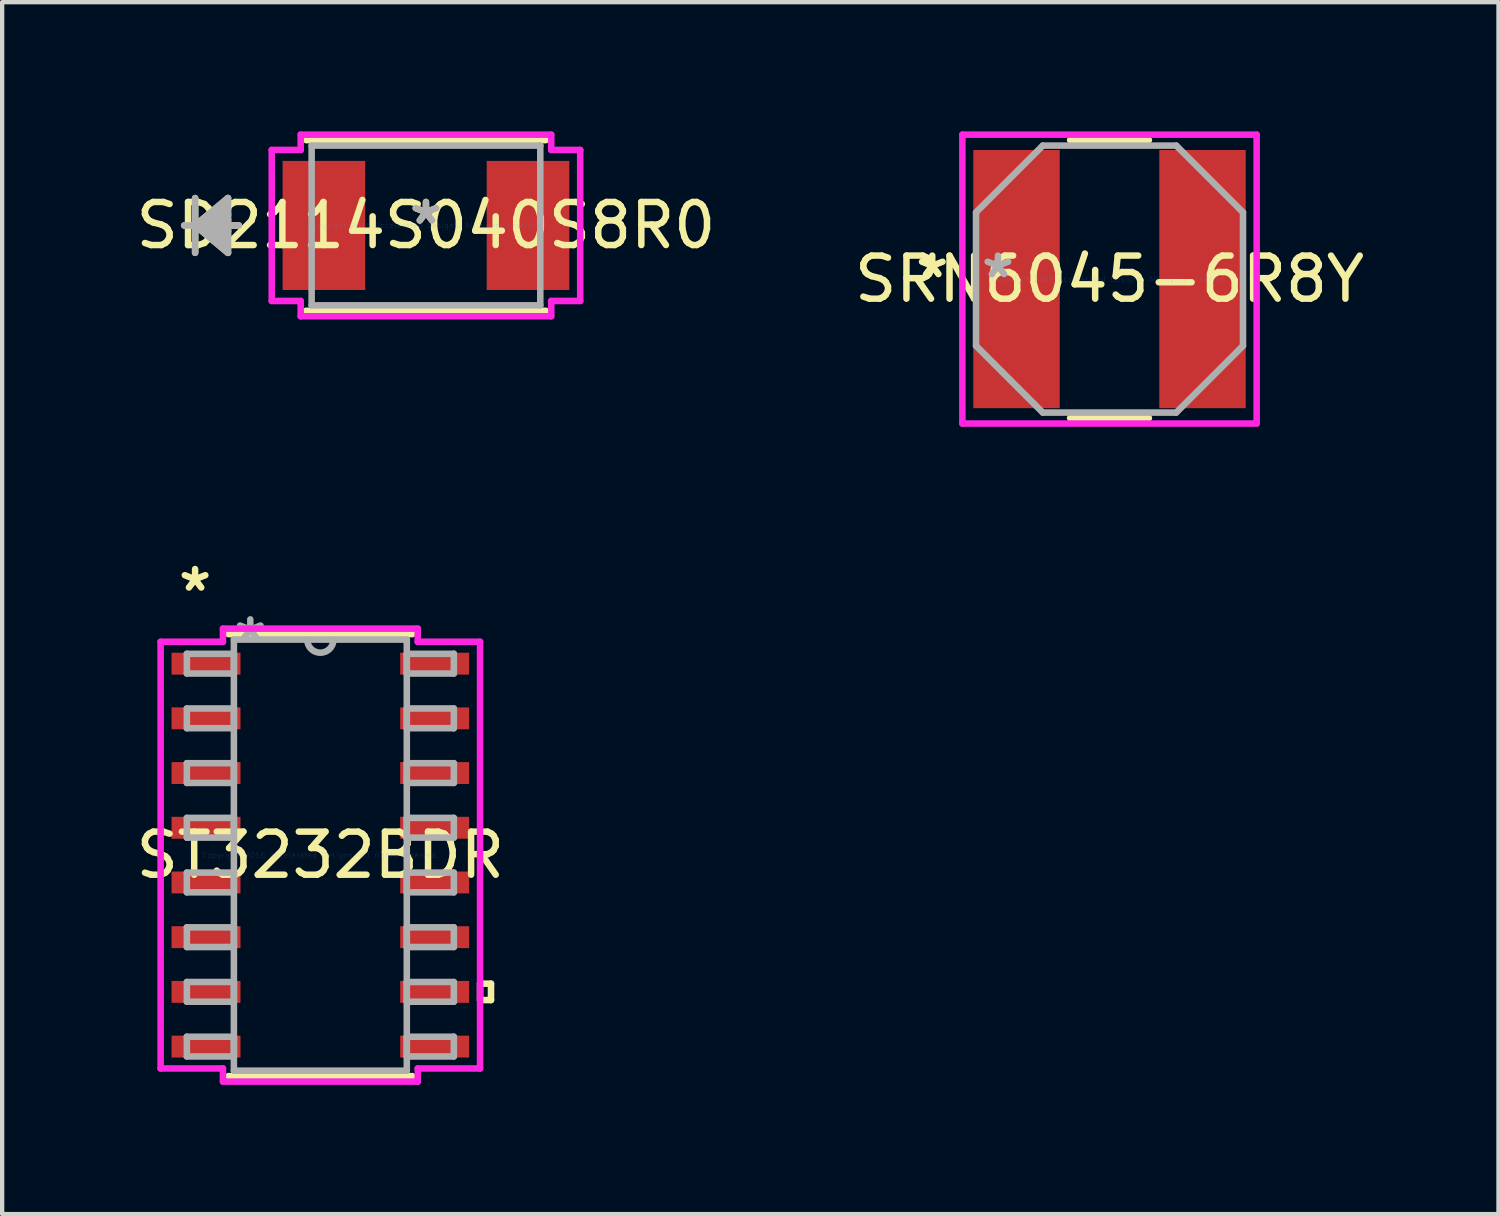
<source format=kicad_pcb>
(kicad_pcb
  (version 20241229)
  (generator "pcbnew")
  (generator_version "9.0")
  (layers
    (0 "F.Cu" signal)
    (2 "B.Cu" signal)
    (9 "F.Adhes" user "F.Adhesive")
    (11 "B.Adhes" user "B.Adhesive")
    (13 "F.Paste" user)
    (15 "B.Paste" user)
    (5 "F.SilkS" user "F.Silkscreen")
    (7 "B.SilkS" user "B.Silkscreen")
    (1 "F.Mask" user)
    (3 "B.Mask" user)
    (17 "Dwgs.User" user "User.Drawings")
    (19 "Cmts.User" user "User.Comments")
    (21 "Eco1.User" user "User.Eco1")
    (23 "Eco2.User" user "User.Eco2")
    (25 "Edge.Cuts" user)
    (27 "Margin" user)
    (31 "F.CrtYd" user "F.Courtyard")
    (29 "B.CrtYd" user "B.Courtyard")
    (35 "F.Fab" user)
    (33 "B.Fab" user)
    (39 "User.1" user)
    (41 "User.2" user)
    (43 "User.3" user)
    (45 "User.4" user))
  (footprint "SRN6045-6R8Y"
    (layer "F.Cu")
    (at 22.708 3.429)
    (property "Reference" "SRN6045-6R8Y" (at 0 0 0) (layer "F.SilkS") (effects (font (size 1 1) (thickness 0.15))))
    (attr through_hole)
    (fp_line (start -0.914 3.226) (end 0.914 3.226) (stroke (width 0.152) (type solid)) (layer "F.SilkS"))
    (fp_line (start 0.914 -3.226) (end -0.914 -3.226) (stroke (width 0.152) (type solid)) (layer "F.SilkS"))
    (fp_line (start -3.416 -3.353) (end 3.416 -3.353) (stroke (width 0.152) (type solid)) (layer "F.CrtYd"))
    (fp_line (start -3.416 3.353) (end -3.416 -3.353) (stroke (width 0.152) (type solid)) (layer "F.CrtYd"))
    (fp_line (start 3.416 -3.353) (end 3.416 3.353) (stroke (width 0.152) (type solid)) (layer "F.CrtYd"))
    (fp_line (start 3.416 3.353) (end -3.416 3.353) (stroke (width 0.152) (type solid)) (layer "F.CrtYd"))
    (fp_line (start -3.099 -1.549) (end -3.099 1.549) (stroke (width 0.152) (type solid)) (layer "F.Fab"))
    (fp_line (start -3.099 1.549) (end -1.549 3.099) (stroke (width 0.152) (type solid)) (layer "F.Fab"))
    (fp_line (start -1.549 -3.099) (end -3.099 -1.549) (stroke (width 0.152) (type solid)) (layer "F.Fab"))
    (fp_line (start -1.549 3.099) (end 1.549 3.099) (stroke (width 0.152) (type solid)) (layer "F.Fab"))
    (fp_line (start 1.549 -3.099) (end -1.549 -3.099) (stroke (width 0.152) (type solid)) (layer "F.Fab"))
    (fp_line (start 1.549 3.099) (end 3.099 1.549) (stroke (width 0.152) (type solid)) (layer "F.Fab"))
    (fp_line (start 3.099 -1.549) (end 1.549 -3.099) (stroke (width 0.152) (type solid)) (layer "F.Fab"))
    (fp_line (start 3.099 1.549) (end 3.099 -1.549) (stroke (width 0.152) (type solid)) (layer "F.Fab"))
    (fp_text user "*" (at -4.115 0 0) (layer "F.SilkS") (effects (font (size 1 1) (thickness 0.15))))
    (fp_text user "Copyright 2016 Accelerated Designs. All rights reserved." (at 0 0 0) (layer "Cmts.User") (effects (font (size 0.127 0.127) (thickness 0.002))))
    (fp_text user "*" (at -2.591 0 0) (layer "F.Fab") (effects (font (size 1 1) (thickness 0.15))))
    (pad "1" smd rect (at -2.159 0) (size 2.007 5.994) (layers "F.Cu" "F.Mask" "F.Paste"))
    (pad "2" smd rect (at 2.159 0) (size 2.007 5.994) (layers "F.Cu" "F.Mask" "F.Paste")))
  (footprint "SD2114S040S8R0"
    (layer "F.Cu")
    (at 6.839 2.184)
    (property "Reference" "SD2114S040S8R0" (at 0 0 0) (layer "F.SilkS") (effects (font (size 1 1) (thickness 0.15))))
    (attr through_hole)
    (fp_line (start -5.359 -0.635) (end -5.359 0.635) (stroke (width 0.152) (type solid)) (layer "F.SilkS"))
    (fp_line (start -5.359 0) (end -4.597 -0.635) (stroke (width 0.152) (type solid)) (layer "F.SilkS"))
    (fp_line (start -5.359 0) (end -4.597 -0.508) (stroke (width 0.152) (type solid)) (layer "F.SilkS"))
    (fp_line (start -5.359 0) (end -4.597 -0.381) (stroke (width 0.152) (type solid)) (layer "F.SilkS"))
    (fp_line (start -5.359 0) (end -4.597 -0.254) (stroke (width 0.152) (type solid)) (layer "F.SilkS"))
    (fp_line (start -5.359 0) (end -4.597 -0.127) (stroke (width 0.152) (type solid)) (layer "F.SilkS"))
    (fp_line (start -5.359 0) (end -4.597 0.127) (stroke (width 0.152) (type solid)) (layer "F.SilkS"))
    (fp_line (start -5.359 0) (end -4.597 0.254) (stroke (width 0.152) (type solid)) (layer "F.SilkS"))
    (fp_line (start -5.359 0) (end -4.597 0.381) (stroke (width 0.152) (type solid)) (layer "F.SilkS"))
    (fp_line (start -5.359 0) (end -4.597 0.508) (stroke (width 0.152) (type solid)) (layer "F.SilkS"))
    (fp_line (start -5.359 0) (end -4.597 0.635) (stroke (width 0.152) (type solid)) (layer "F.SilkS"))
    (fp_line (start -4.597 -0.635) (end -4.597 0.635) (stroke (width 0.152) (type solid)) (layer "F.SilkS"))
    (fp_line (start -4.343 0) (end -5.613 0) (stroke (width 0.152) (type solid)) (layer "F.SilkS"))
    (fp_line (start -2.781 1.981) (end 2.781 1.981) (stroke (width 0.152) (type solid)) (layer "F.SilkS"))
    (fp_line (start 2.781 -1.981) (end -2.781 -1.981) (stroke (width 0.152) (type solid)) (layer "F.SilkS"))
    (fp_line (start -3.581 -1.753) (end -2.908 -1.753) (stroke (width 0.152) (type solid)) (layer "F.CrtYd"))
    (fp_line (start -3.581 1.753) (end -3.581 -1.753) (stroke (width 0.152) (type solid)) (layer "F.CrtYd"))
    (fp_line (start -2.908 -2.108) (end 2.908 -2.108) (stroke (width 0.152) (type solid)) (layer "F.CrtYd"))
    (fp_line (start -2.908 -1.753) (end -2.908 -2.108) (stroke (width 0.152) (type solid)) (layer "F.CrtYd"))
    (fp_line (start -2.908 1.753) (end -3.581 1.753) (stroke (width 0.152) (type solid)) (layer "F.CrtYd"))
    (fp_line (start -2.908 2.108) (end -2.908 1.753) (stroke (width 0.152) (type solid)) (layer "F.CrtYd"))
    (fp_line (start 2.908 -2.108) (end 2.908 -1.753) (stroke (width 0.152) (type solid)) (layer "F.CrtYd"))
    (fp_line (start 2.908 -1.753) (end 3.581 -1.753) (stroke (width 0.152) (type solid)) (layer "F.CrtYd"))
    (fp_line (start 2.908 1.753) (end 2.908 2.108) (stroke (width 0.152) (type solid)) (layer "F.CrtYd"))
    (fp_line (start 2.908 2.108) (end -2.908 2.108) (stroke (width 0.152) (type solid)) (layer "F.CrtYd"))
    (fp_line (start 3.581 -1.753) (end 3.581 1.753) (stroke (width 0.152) (type solid)) (layer "F.CrtYd"))
    (fp_line (start 3.581 1.753) (end 2.908 1.753) (stroke (width 0.152) (type solid)) (layer "F.CrtYd"))
    (fp_line (start -5.359 -0.635) (end -5.359 0.635) (stroke (width 0.152) (type solid)) (layer "F.Fab"))
    (fp_line (start -5.359 0) (end -4.597 -0.635) (stroke (width 0.152) (type solid)) (layer "F.Fab"))
    (fp_line (start -5.359 0) (end -4.597 -0.508) (stroke (width 0.152) (type solid)) (layer "F.Fab"))
    (fp_line (start -5.359 0) (end -4.597 -0.381) (stroke (width 0.152) (type solid)) (layer "F.Fab"))
    (fp_line (start -5.359 0) (end -4.597 -0.254) (stroke (width 0.152) (type solid)) (layer "F.Fab"))
    (fp_line (start -5.359 0) (end -4.597 -0.127) (stroke (width 0.152) (type solid)) (layer "F.Fab"))
    (fp_line (start -5.359 0) (end -4.597 0.127) (stroke (width 0.152) (type solid)) (layer "F.Fab"))
    (fp_line (start -5.359 0) (end -4.597 0.254) (stroke (width 0.152) (type solid)) (layer "F.Fab"))
    (fp_line (start -5.359 0) (end -4.597 0.381) (stroke (width 0.152) (type solid)) (layer "F.Fab"))
    (fp_line (start -5.359 0) (end -4.597 0.508) (stroke (width 0.152) (type solid)) (layer "F.Fab"))
    (fp_line (start -5.359 0) (end -4.597 0.635) (stroke (width 0.152) (type solid)) (layer "F.Fab"))
    (fp_line (start -4.597 -0.635) (end -4.597 0.635) (stroke (width 0.152) (type solid)) (layer "F.Fab"))
    (fp_line (start -4.343 0) (end -5.613 0) (stroke (width 0.152) (type solid)) (layer "F.Fab"))
    (fp_line (start -2.654 -1.854) (end -2.654 1.854) (stroke (width 0.152) (type solid)) (layer "F.Fab"))
    (fp_line (start -2.654 1.854) (end 2.654 1.854) (stroke (width 0.152) (type solid)) (layer "F.Fab"))
    (fp_line (start 2.654 -1.854) (end -2.654 -1.854) (stroke (width 0.152) (type solid)) (layer "F.Fab"))
    (fp_line (start 2.654 1.854) (end 2.654 -1.854) (stroke (width 0.152) (type solid)) (layer "F.Fab"))
    (fp_text user "*" (at 0 0 0) (layer "F.SilkS") (effects (font (size 1 1) (thickness 0.15))))
    (fp_text user "Copyright 2016 Accelerated Designs. All rights reserved." (at 0 0 0) (layer "Cmts.User") (effects (font (size 0.127 0.127) (thickness 0.002))))
    (fp_text user "*" (at 0 0 0) (layer "F.Fab") (effects (font (size 1 1) (thickness 0.15))))
    (pad "1" smd rect (at -2.369 0) (size 1.918 2.997) (layers "F.Cu" "F.Mask" "F.Paste"))
    (pad "2" smd rect (at 2.369 0) (size 1.918 2.997) (layers "F.Cu" "F.Mask" "F.Paste")))
  (footprint "ST3232BDR"
    (layer "F.Cu")
    (at 4.387 16.802)
    (property "Reference" "ST3232BDR" (at 0 0 0) (layer "F.SilkS") (effects (font (size 1 1) (thickness 0.15))))
    (attr through_hole)
    (fp_line (start -2.134 5.131) (end 2.134 5.131) (stroke (width 0.152) (type solid)) (layer "F.SilkS"))
    (fp_line (start 2.134 -5.131) (end -2.134 -5.131) (stroke (width 0.152) (type solid)) (layer "F.SilkS"))
    (fp_line (start 3.708 2.985) (end 3.962 2.985) (stroke (width 0.152) (type solid)) (layer "F.SilkS"))
    (fp_line (start 3.708 3.365) (end 3.708 2.985) (stroke (width 0.152) (type solid)) (layer "F.SilkS"))
    (fp_line (start 3.962 2.985) (end 3.962 3.365) (stroke (width 0.152) (type solid)) (layer "F.SilkS"))
    (fp_line (start 3.962 3.365) (end 3.708 3.365) (stroke (width 0.152) (type solid)) (layer "F.SilkS"))
    (fp_line (start -3.708 -4.953) (end -2.261 -4.953) (stroke (width 0.152) (type solid)) (layer "F.CrtYd"))
    (fp_line (start -3.708 4.953) (end -3.708 -4.953) (stroke (width 0.152) (type solid)) (layer "F.CrtYd"))
    (fp_line (start -2.261 -5.258) (end 2.261 -5.258) (stroke (width 0.152) (type solid)) (layer "F.CrtYd"))
    (fp_line (start -2.261 -4.953) (end -2.261 -5.258) (stroke (width 0.152) (type solid)) (layer "F.CrtYd"))
    (fp_line (start -2.261 4.953) (end -3.708 4.953) (stroke (width 0.152) (type solid)) (layer "F.CrtYd"))
    (fp_line (start -2.261 5.258) (end -2.261 4.953) (stroke (width 0.152) (type solid)) (layer "F.CrtYd"))
    (fp_line (start 2.261 -5.258) (end 2.261 -4.953) (stroke (width 0.152) (type solid)) (layer "F.CrtYd"))
    (fp_line (start 2.261 -4.953) (end 3.708 -4.953) (stroke (width 0.152) (type solid)) (layer "F.CrtYd"))
    (fp_line (start 2.261 4.953) (end 2.261 5.258) (stroke (width 0.152) (type solid)) (layer "F.CrtYd"))
    (fp_line (start 2.261 5.258) (end -2.261 5.258) (stroke (width 0.152) (type solid)) (layer "F.CrtYd"))
    (fp_line (start 3.708 -4.953) (end 3.708 4.953) (stroke (width 0.152) (type solid)) (layer "F.CrtYd"))
    (fp_line (start 3.708 4.953) (end 2.261 4.953) (stroke (width 0.152) (type solid)) (layer "F.CrtYd"))
    (fp_line (start -3.099 -4.674) (end -3.099 -4.216) (stroke (width 0.152) (type solid)) (layer "F.Fab"))
    (fp_line (start -3.099 -4.216) (end -2.007 -4.216) (stroke (width 0.152) (type solid)) (layer "F.Fab"))
    (fp_line (start -3.099 -3.404) (end -3.099 -2.946) (stroke (width 0.152) (type solid)) (layer "F.Fab"))
    (fp_line (start -3.099 -2.946) (end -2.007 -2.946) (stroke (width 0.152) (type solid)) (layer "F.Fab"))
    (fp_line (start -3.099 -2.134) (end -3.099 -1.676) (stroke (width 0.152) (type solid)) (layer "F.Fab"))
    (fp_line (start -3.099 -1.676) (end -2.007 -1.676) (stroke (width 0.152) (type solid)) (layer "F.Fab"))
    (fp_line (start -3.099 -0.864) (end -3.099 -0.406) (stroke (width 0.152) (type solid)) (layer "F.Fab"))
    (fp_line (start -3.099 -0.406) (end -2.007 -0.406) (stroke (width 0.152) (type solid)) (layer "F.Fab"))
    (fp_line (start -3.099 0.406) (end -3.099 0.864) (stroke (width 0.152) (type solid)) (layer "F.Fab"))
    (fp_line (start -3.099 0.864) (end -2.007 0.864) (stroke (width 0.152) (type solid)) (layer "F.Fab"))
    (fp_line (start -3.099 1.676) (end -3.099 2.134) (stroke (width 0.152) (type solid)) (layer "F.Fab"))
    (fp_line (start -3.099 2.134) (end -2.007 2.134) (stroke (width 0.152) (type solid)) (layer "F.Fab"))
    (fp_line (start -3.099 2.946) (end -3.099 3.404) (stroke (width 0.152) (type solid)) (layer "F.Fab"))
    (fp_line (start -3.099 3.404) (end -2.007 3.404) (stroke (width 0.152) (type solid)) (layer "F.Fab"))
    (fp_line (start -3.099 4.216) (end -3.099 4.674) (stroke (width 0.152) (type solid)) (layer "F.Fab"))
    (fp_line (start -3.099 4.674) (end -2.007 4.674) (stroke (width 0.152) (type solid)) (layer "F.Fab"))
    (fp_line (start -2.007 -5.004) (end -2.007 5.004) (stroke (width 0.152) (type solid)) (layer "F.Fab"))
    (fp_line (start -2.007 -4.674) (end -3.099 -4.674) (stroke (width 0.152) (type solid)) (layer "F.Fab"))
    (fp_line (start -2.007 -4.216) (end -2.007 -4.674) (stroke (width 0.152) (type solid)) (layer "F.Fab"))
    (fp_line (start -2.007 -3.404) (end -3.099 -3.404) (stroke (width 0.152) (type solid)) (layer "F.Fab"))
    (fp_line (start -2.007 -2.946) (end -2.007 -3.404) (stroke (width 0.152) (type solid)) (layer "F.Fab"))
    (fp_line (start -2.007 -2.134) (end -3.099 -2.134) (stroke (width 0.152) (type solid)) (layer "F.Fab"))
    (fp_line (start -2.007 -1.676) (end -2.007 -2.134) (stroke (width 0.152) (type solid)) (layer "F.Fab"))
    (fp_line (start -2.007 -0.864) (end -3.099 -0.864) (stroke (width 0.152) (type solid)) (layer "F.Fab"))
    (fp_line (start -2.007 -0.406) (end -2.007 -0.864) (stroke (width 0.152) (type solid)) (layer "F.Fab"))
    (fp_line (start -2.007 0.406) (end -3.099 0.406) (stroke (width 0.152) (type solid)) (layer "F.Fab"))
    (fp_line (start -2.007 0.864) (end -2.007 0.406) (stroke (width 0.152) (type solid)) (layer "F.Fab"))
    (fp_line (start -2.007 1.676) (end -3.099 1.676) (stroke (width 0.152) (type solid)) (layer "F.Fab"))
    (fp_line (start -2.007 2.134) (end -2.007 1.676) (stroke (width 0.152) (type solid)) (layer "F.Fab"))
    (fp_line (start -2.007 2.946) (end -3.099 2.946) (stroke (width 0.152) (type solid)) (layer "F.Fab"))
    (fp_line (start -2.007 3.404) (end -2.007 2.946) (stroke (width 0.152) (type solid)) (layer "F.Fab"))
    (fp_line (start -2.007 4.216) (end -3.099 4.216) (stroke (width 0.152) (type solid)) (layer "F.Fab"))
    (fp_line (start -2.007 4.674) (end -2.007 4.216) (stroke (width 0.152) (type solid)) (layer "F.Fab"))
    (fp_line (start -2.007 5.004) (end 2.007 5.004) (stroke (width 0.152) (type solid)) (layer "F.Fab"))
    (fp_line (start 2.007 -5.004) (end -2.007 -5.004) (stroke (width 0.152) (type solid)) (layer "F.Fab"))
    (fp_line (start 2.007 -4.674) (end 2.007 -4.216) (stroke (width 0.152) (type solid)) (layer "F.Fab"))
    (fp_line (start 2.007 -4.216) (end 3.099 -4.216) (stroke (width 0.152) (type solid)) (layer "F.Fab"))
    (fp_line (start 2.007 -3.404) (end 2.007 -2.946) (stroke (width 0.152) (type solid)) (layer "F.Fab"))
    (fp_line (start 2.007 -2.946) (end 3.099 -2.946) (stroke (width 0.152) (type solid)) (layer "F.Fab"))
    (fp_line (start 2.007 -2.134) (end 2.007 -1.676) (stroke (width 0.152) (type solid)) (layer "F.Fab"))
    (fp_line (start 2.007 -1.676) (end 3.099 -1.676) (stroke (width 0.152) (type solid)) (layer "F.Fab"))
    (fp_line (start 2.007 -0.864) (end 2.007 -0.406) (stroke (width 0.152) (type solid)) (layer "F.Fab"))
    (fp_line (start 2.007 -0.406) (end 3.099 -0.406) (stroke (width 0.152) (type solid)) (layer "F.Fab"))
    (fp_line (start 2.007 0.406) (end 2.007 0.864) (stroke (width 0.152) (type solid)) (layer "F.Fab"))
    (fp_line (start 2.007 0.864) (end 3.099 0.864) (stroke (width 0.152) (type solid)) (layer "F.Fab"))
    (fp_line (start 2.007 1.676) (end 2.007 2.134) (stroke (width 0.152) (type solid)) (layer "F.Fab"))
    (fp_line (start 2.007 2.134) (end 3.099 2.134) (stroke (width 0.152) (type solid)) (layer "F.Fab"))
    (fp_line (start 2.007 2.946) (end 2.007 3.404) (stroke (width 0.152) (type solid)) (layer "F.Fab"))
    (fp_line (start 2.007 3.404) (end 3.099 3.404) (stroke (width 0.152) (type solid)) (layer "F.Fab"))
    (fp_line (start 2.007 4.216) (end 2.007 4.674) (stroke (width 0.152) (type solid)) (layer "F.Fab"))
    (fp_line (start 2.007 4.674) (end 3.099 4.674) (stroke (width 0.152) (type solid)) (layer "F.Fab"))
    (fp_line (start 2.007 5.004) (end 2.007 -5.004) (stroke (width 0.152) (type solid)) (layer "F.Fab"))
    (fp_line (start 3.099 -4.674) (end 2.007 -4.674) (stroke (width 0.152) (type solid)) (layer "F.Fab"))
    (fp_line (start 3.099 -4.216) (end 3.099 -4.674) (stroke (width 0.152) (type solid)) (layer "F.Fab"))
    (fp_line (start 3.099 -3.404) (end 2.007 -3.404) (stroke (width 0.152) (type solid)) (layer "F.Fab"))
    (fp_line (start 3.099 -2.946) (end 3.099 -3.404) (stroke (width 0.152) (type solid)) (layer "F.Fab"))
    (fp_line (start 3.099 -2.134) (end 2.007 -2.134) (stroke (width 0.152) (type solid)) (layer "F.Fab"))
    (fp_line (start 3.099 -1.676) (end 3.099 -2.134) (stroke (width 0.152) (type solid)) (layer "F.Fab"))
    (fp_line (start 3.099 -0.864) (end 2.007 -0.864) (stroke (width 0.152) (type solid)) (layer "F.Fab"))
    (fp_line (start 3.099 -0.406) (end 3.099 -0.864) (stroke (width 0.152) (type solid)) (layer "F.Fab"))
    (fp_line (start 3.099 0.406) (end 2.007 0.406) (stroke (width 0.152) (type solid)) (layer "F.Fab"))
    (fp_line (start 3.099 0.864) (end 3.099 0.406) (stroke (width 0.152) (type solid)) (layer "F.Fab"))
    (fp_line (start 3.099 1.676) (end 2.007 1.676) (stroke (width 0.152) (type solid)) (layer "F.Fab"))
    (fp_line (start 3.099 2.134) (end 3.099 1.676) (stroke (width 0.152) (type solid)) (layer "F.Fab"))
    (fp_line (start 3.099 2.946) (end 2.007 2.946) (stroke (width 0.152) (type solid)) (layer "F.Fab"))
    (fp_line (start 3.099 3.404) (end 3.099 2.946) (stroke (width 0.152) (type solid)) (layer "F.Fab"))
    (fp_line (start 3.099 4.216) (end 2.007 4.216) (stroke (width 0.152) (type solid)) (layer "F.Fab"))
    (fp_line (start 3.099 4.674) (end 3.099 4.216) (stroke (width 0.152) (type solid)) (layer "F.Fab"))
    (fp_arc (start 0.3048 -5.0038) (mid 0 -4.699) (end -0.3048 -5.0038) (stroke (width 0.1524) (type solid)) (layer "F.Fab"))
    (fp_text user "*" (at -2.908 -6.096 0) (layer "F.SilkS") (effects (font (size 1 1) (thickness 0.15))))
    (fp_text user "Copyright 2016 Accelerated Designs. All rights reserved." (at 0 0 0) (layer "Cmts.User") (effects (font (size 0.127 0.127) (thickness 0.002))))
    (fp_text user "*" (at -1.626 -4.928 0) (layer "F.Fab") (effects (font (size 1 1) (thickness 0.15))))
    (pad "1" smd rect (at -2.654 -4.445) (size 1.6 0.508) (layers "F.Cu" "F.Mask" "F.Paste"))
    (pad "2" smd rect (at -2.654 -3.175) (size 1.6 0.508) (layers "F.Cu" "F.Mask" "F.Paste"))
    (pad "3" smd rect (at -2.654 -1.905) (size 1.6 0.508) (layers "F.Cu" "F.Mask" "F.Paste"))
    (pad "4" smd rect (at -2.654 -0.635) (size 1.6 0.508) (layers "F.Cu" "F.Mask" "F.Paste"))
    (pad "5" smd rect (at -2.654 0.635) (size 1.6 0.508) (layers "F.Cu" "F.Mask" "F.Paste"))
    (pad "6" smd rect (at -2.654 1.905) (size 1.6 0.508) (layers "F.Cu" "F.Mask" "F.Paste"))
    (pad "7" smd rect (at -2.654 3.175) (size 1.6 0.508) (layers "F.Cu" "F.Mask" "F.Paste"))
    (pad "8" smd rect (at -2.654 4.445) (size 1.6 0.508) (layers "F.Cu" "F.Mask" "F.Paste"))
    (pad "9" smd rect (at 2.654 4.445) (size 1.6 0.508) (layers "F.Cu" "F.Mask" "F.Paste"))
    (pad "10" smd rect (at 2.654 3.175) (size 1.6 0.508) (layers "F.Cu" "F.Mask" "F.Paste"))
    (pad "11" smd rect (at 2.654 1.905) (size 1.6 0.508) (layers "F.Cu" "F.Mask" "F.Paste"))
    (pad "12" smd rect (at 2.654 0.635) (size 1.6 0.508) (layers "F.Cu" "F.Mask" "F.Paste"))
    (pad "13" smd rect (at 2.654 -0.635) (size 1.6 0.508) (layers "F.Cu" "F.Mask" "F.Paste"))
    (pad "14" smd rect (at 2.654 -1.905) (size 1.6 0.508) (layers "F.Cu" "F.Mask" "F.Paste"))
    (pad "15" smd rect (at 2.654 -3.175) (size 1.6 0.508) (layers "F.Cu" "F.Mask" "F.Paste"))
    (pad "16" smd rect (at 2.654 -4.445) (size 1.6 0.508) (layers "F.Cu" "F.Mask" "F.Paste")))
  (gr_rect
    (start -3 -3)
    (end 31.738 25.136)
    (stroke (width 0.1) (type default))
    (fill no)
    (layer "Edge.Cuts")))
</source>
